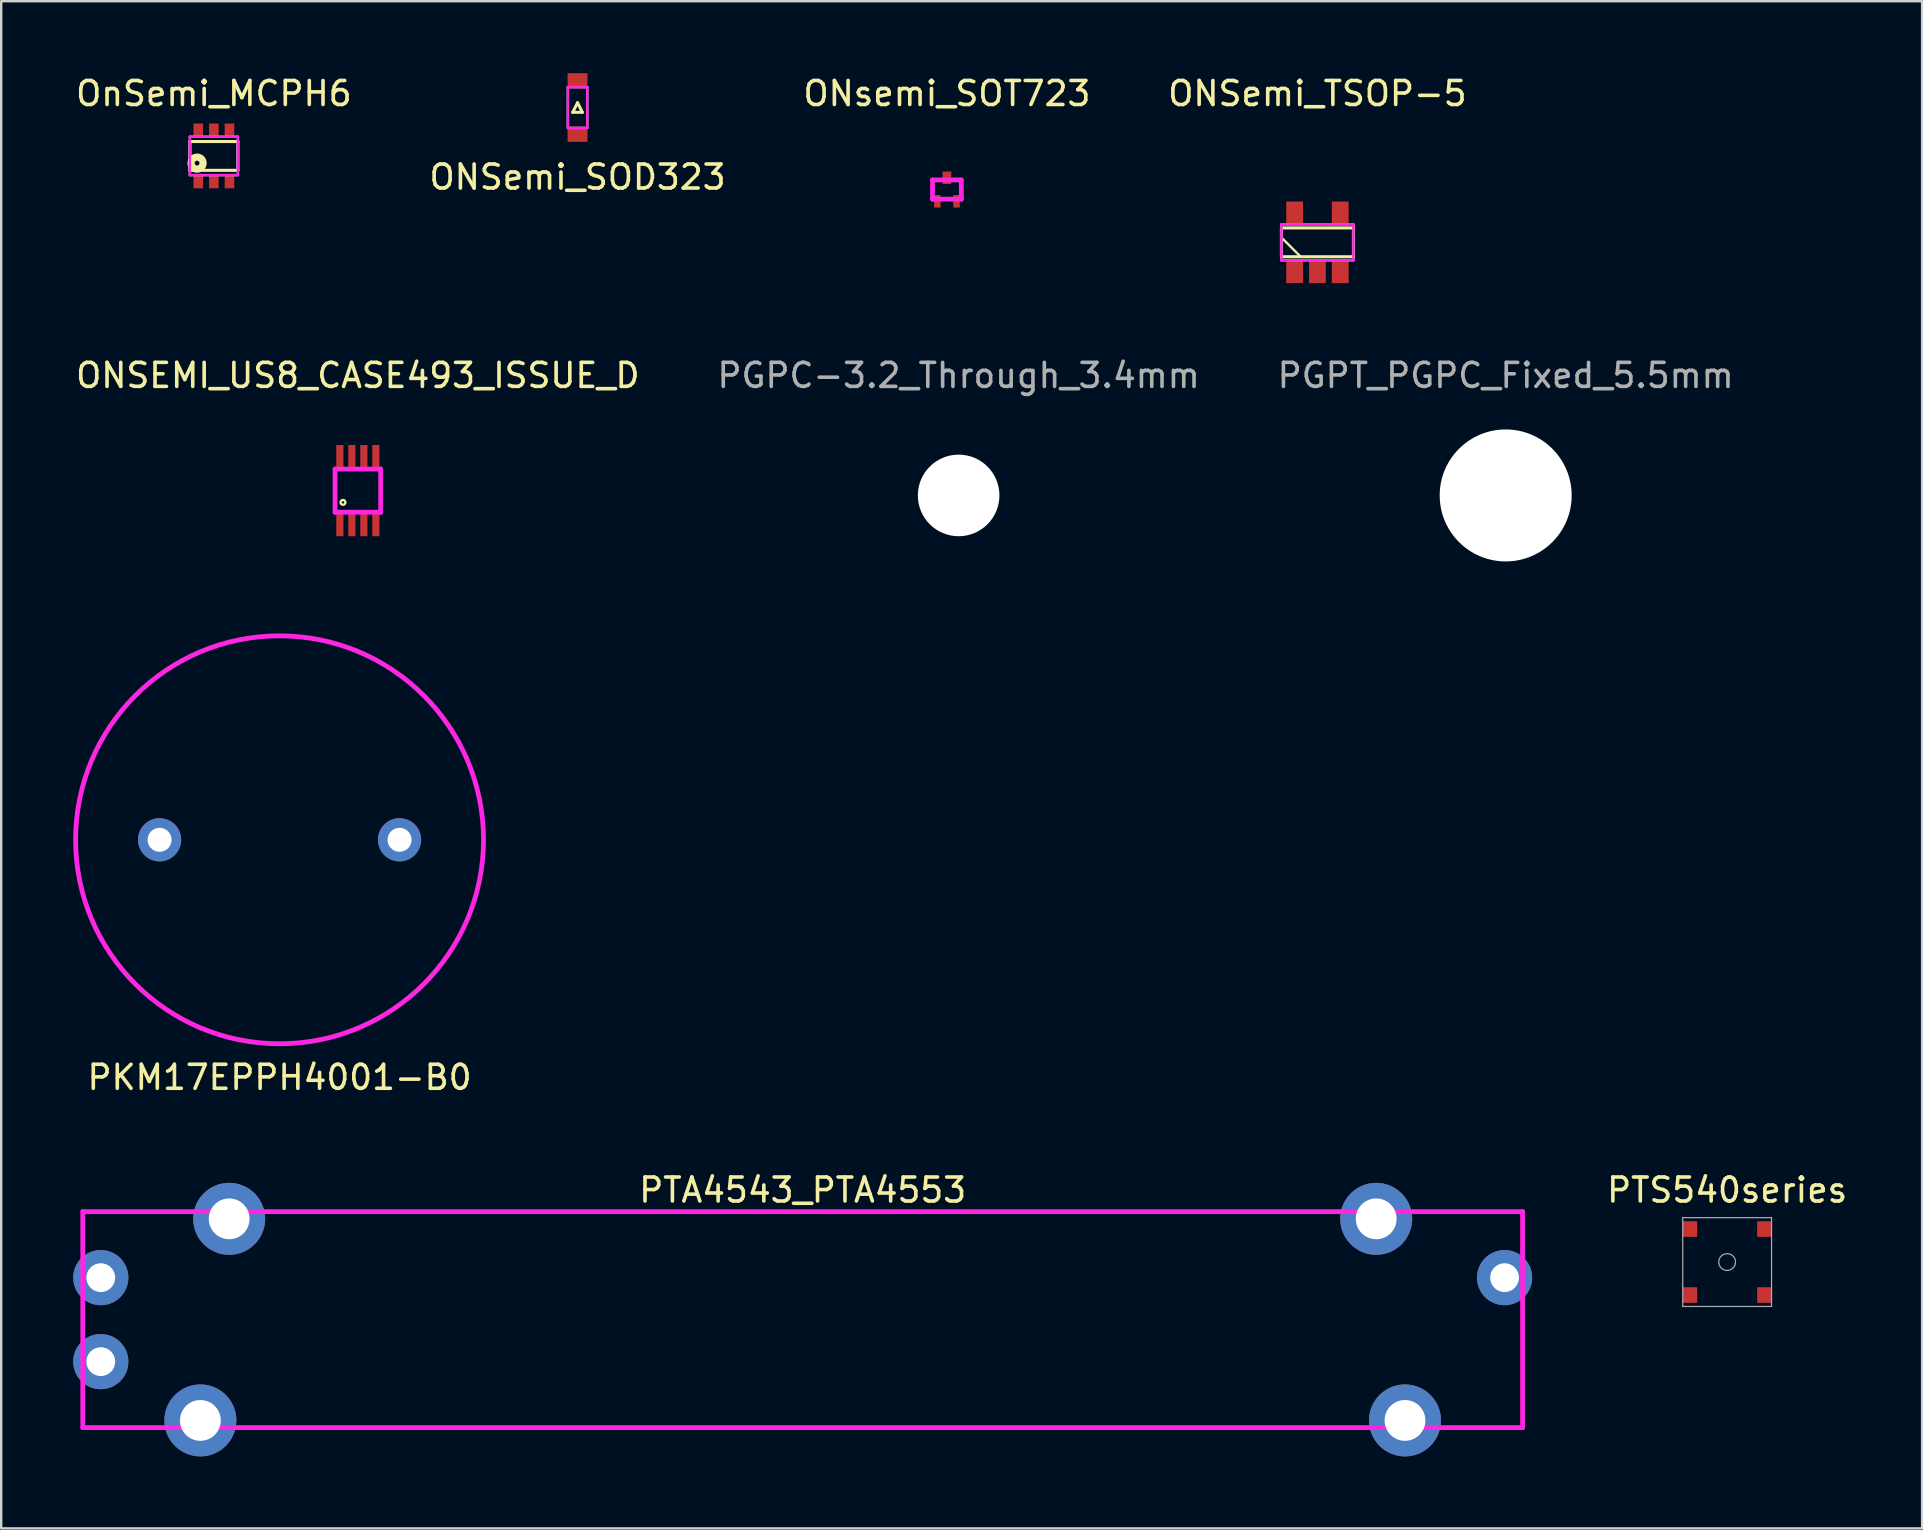
<source format=kicad_pcb>
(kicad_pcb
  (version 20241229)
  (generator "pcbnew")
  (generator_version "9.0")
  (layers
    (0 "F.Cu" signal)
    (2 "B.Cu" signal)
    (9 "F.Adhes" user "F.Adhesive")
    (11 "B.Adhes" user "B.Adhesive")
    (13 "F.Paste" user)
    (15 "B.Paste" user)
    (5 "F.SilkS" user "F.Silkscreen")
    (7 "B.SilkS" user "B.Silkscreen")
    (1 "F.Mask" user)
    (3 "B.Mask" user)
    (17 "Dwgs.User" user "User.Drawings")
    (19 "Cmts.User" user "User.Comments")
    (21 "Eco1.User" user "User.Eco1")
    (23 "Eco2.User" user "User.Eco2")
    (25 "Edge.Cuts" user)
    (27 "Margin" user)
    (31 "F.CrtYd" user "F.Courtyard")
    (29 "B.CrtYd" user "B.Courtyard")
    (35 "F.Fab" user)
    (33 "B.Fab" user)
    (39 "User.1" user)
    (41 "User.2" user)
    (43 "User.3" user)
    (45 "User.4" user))
  (footprint "ONSEMI_US8_CASE493_ISSUE_D"
    (layer "F.Cu")
    (at 11.863 17.396)
    (property "Reference" "ONSEMI_US8_CASE493_ISSUE_D" (at 0 -4.8 0) (layer "F.SilkS") (effects (font (size 1 1) (thickness 0.15))))
    (attr smd)
    (fp_circle (center -0.62 0.49) (end -0.62 0.39) (stroke (width 0.1) (type solid)) (fill no) (layer "F.SilkS"))
    (fp_line (start -0.95 -0.9) (end 0.95 -0.9) (stroke (width 0.2) (type solid)) (layer "F.CrtYd"))
    (fp_line (start -0.95 0.9) (end -0.95 -0.9) (stroke (width 0.2) (type solid)) (layer "F.CrtYd"))
    (fp_line (start 0.95 0.9) (end -0.95 0.9) (stroke (width 0.2) (type solid)) (layer "F.CrtYd"))
    (fp_line (start 0.95 0.9) (end 0.95 -0.9) (stroke (width 0.2) (type solid)) (layer "F.CrtYd"))
    (fp_line (start -0.95 -0.9) (end -0.95 0.9) (stroke (width 0.1) (type solid)) (layer "F.Fab"))
    (fp_line (start 0.95 -0.9) (end -0.95 -0.9) (stroke (width 0.1) (type solid)) (layer "F.Fab"))
    (fp_line (start 0.95 -0.9) (end 0.95 0.9) (stroke (width 0.1) (type solid)) (layer "F.Fab"))
    (fp_line (start 0.95 0.9) (end -0.95 0.9) (stroke (width 0.1) (type solid)) (layer "F.Fab"))
    (pad "1" smd rect (at -0.75 1.4) (size 0.3 1) (layers "F.Cu" "F.Mask" "F.Paste"))
    (pad "2" smd rect (at -0.25 1.4) (size 0.3 1) (layers "F.Cu" "F.Mask" "F.Paste"))
    (pad "3" smd rect (at 0.25 1.4) (size 0.3 1) (layers "F.Cu" "F.Mask" "F.Paste"))
    (pad "4" smd rect (at 0.75 1.4) (size 0.3 1) (layers "F.Cu" "F.Mask" "F.Paste"))
    (pad "5" smd rect (at 0.75 -1.4) (size 0.3 1) (layers "F.Cu" "F.Mask" "F.Paste"))
    (pad "6" smd rect (at 0.25 -1.4) (size 0.3 1) (layers "F.Cu" "F.Mask" "F.Paste"))
    (pad "7" smd rect (at -0.25 -1.4) (size 0.3 1) (layers "F.Cu" "F.Mask" "F.Paste"))
    (pad "8" smd rect (at -0.75 -1.4) (size 0.3 1) (layers "F.Cu" "F.Mask" "F.Paste")))
  (footprint "PGPC-3.2_Through_3.4mm"
    (layer "F.Cu")
    (at 36.899 17.596)
    (property "Reference" "PGPC-3.2_Through_3.4mm" (at 0 -5 0) (layer "F.Fab") (effects (font (size 1 1) (thickness 0.15))))
    (attr through_hole)
    (pad "" np_thru_hole circle (at 0 0) (size 3.4 3.4) (drill 3.4) (layers "*.Cu" "*.Paste" "*.Mask")))
  (footprint "PGPT_PGPC_Fixed_5.5mm"
    (layer "F.Cu")
    (at 59.696 17.596)
    (property "Reference" "PGPT_PGPC_Fixed_5.5mm" (at 0 -5 0) (layer "F.Fab") (effects (font (size 1 1) (thickness 0.15))))
    (attr through_hole)
    (pad "" np_thru_hole circle (at 0 0) (size 5.5 5.5) (drill 5.5) (layers "*.Cu" "*.Paste" "*.Mask")))
  (footprint "ONsemi_SOT723"
    (layer "F.Cu")
    (at 36.411 4.848)
    (property "Reference" "ONsemi_SOT723" (at 0 -4 0) (layer "F.SilkS") (effects (font (size 1 1) (thickness 0.15))))
    (attr through_hole)
    (fp_line (start -0.6 -0.4) (end 0.6 -0.4) (stroke (width 0.2) (type solid)) (layer "F.CrtYd"))
    (fp_line (start -0.6 0.4) (end -0.6 -0.4) (stroke (width 0.2) (type solid)) (layer "F.CrtYd"))
    (fp_line (start 0.6 -0.4) (end 0.6 0.4) (stroke (width 0.2) (type solid)) (layer "F.CrtYd"))
    (fp_line (start 0.6 0.4) (end -0.6 0.4) (stroke (width 0.2) (type solid)) (layer "F.CrtYd"))
    (pad "1" smd rect (at -0.4 0.49) (size 0.27 0.52) (layers "F.Cu" "F.Mask" "F.Paste"))
    (pad "2" smd rect (at 0.4 0.49) (size 0.27 0.52) (layers "F.Cu" "F.Mask" "F.Paste"))
    (pad "3" smd rect (at 0 -0.49) (size 0.36 0.52) (layers "F.Cu" "F.Mask" "F.Paste")))
  (footprint "OnSemi_MCPH6"
    (layer "F.Cu")
    (at 5.863 3.448)
    (property "Reference" "OnSemi_MCPH6" (at 0 -2.6 0) (layer "F.SilkS") (effects (font (size 1 1) (thickness 0.15))))
    (attr through_hole)
    (fp_line (start -1 -0.6) (end 1 -0.6) (stroke (width 0.127) (type solid)) (layer "F.SilkS"))
    (fp_line (start -1 0.6) (end -1 -0.6) (stroke (width 0.127) (type solid)) (layer "F.SilkS"))
    (fp_line (start 1 -0.6) (end 1 0.6) (stroke (width 0.127) (type solid)) (layer "F.SilkS"))
    (fp_line (start 1 0.6) (end -1 0.6) (stroke (width 0.127) (type solid)) (layer "F.SilkS"))
    (fp_circle (center -0.7 0.3) (end -0.7 0.2) (stroke (width 0.3) (type solid)) (fill no) (layer "F.SilkS"))
    (fp_line (start -1 -0.8) (end 1 -0.8) (stroke (width 0.1) (type solid)) (layer "F.CrtYd"))
    (fp_line (start -1 0.8) (end -1 -0.8) (stroke (width 0.1) (type solid)) (layer "F.CrtYd"))
    (fp_line (start 1 -0.8) (end 1 0.8) (stroke (width 0.1) (type solid)) (layer "F.CrtYd"))
    (fp_line (start 1 0.8) (end -1 0.8) (stroke (width 0.1) (type solid)) (layer "F.CrtYd"))
    (fp_line (start -1 -0.8) (end 1 -0.8) (stroke (width 0.1) (type solid)) (layer "F.Fab"))
    (fp_line (start -1 0.8) (end -1 -0.8) (stroke (width 0.1) (type solid)) (layer "F.Fab"))
    (fp_line (start 1 -0.8) (end 1 0.8) (stroke (width 0.1) (type solid)) (layer "F.Fab"))
    (fp_line (start 1 0.8) (end -1 0.8) (stroke (width 0.1) (type solid)) (layer "F.Fab"))
    (pad "1" smd rect (at -0.65 1.05) (size 0.4 0.6) (layers "F.Cu" "F.Mask" "F.Paste"))
    (pad "2" smd rect (at 0 1.05) (size 0.4 0.6) (layers "F.Cu" "F.Mask" "F.Paste"))
    (pad "3" smd rect (at 0.65 1.05) (size 0.4 0.6) (layers "F.Cu" "F.Mask" "F.Paste"))
    (pad "4" smd rect (at 0.65 -1.05) (size 0.4 0.6) (layers "F.Cu" "F.Mask" "F.Paste"))
    (pad "5" smd rect (at 0 -1.05) (size 0.4 0.6) (layers "F.Cu" "F.Mask" "F.Paste"))
    (pad "6" smd rect (at -0.65 -1.05) (size 0.4 0.6) (layers "F.Cu" "F.Mask" "F.Paste")))
  (footprint "PTS540series"
    (layer "F.Cu")
    (at 68.925 49.543)
    (property "Reference" "PTS540series" (at 0 -3 0) (layer "F.SilkS") (effects (font (size 1 1) (thickness 0.15))))
    (attr through_hole)
    (fp_line (start -1.85 -1.85) (end 1.85 -1.85) (stroke (width 0.05) (type solid)) (layer "F.Fab"))
    (fp_line (start -1.85 1.85) (end -1.85 -1.85) (stroke (width 0.05) (type solid)) (layer "F.Fab"))
    (fp_line (start 1.85 -1.85) (end 1.85 1.85) (stroke (width 0.05) (type solid)) (layer "F.Fab"))
    (fp_line (start 1.85 1.85) (end -1.85 1.85) (stroke (width 0.05) (type solid)) (layer "F.Fab"))
    (fp_circle (center 0 0) (end 0 -0.35) (stroke (width 0.05) (type solid)) (fill no) (layer "F.Fab"))
    (pad "1" smd rect (at -1.55 -1.375) (size 0.6 0.65) (layers "F.Cu" "F.Mask" "F.Paste"))
    (pad "2" smd rect (at 1.55 -1.375) (size 0.6 0.65) (layers "F.Cu" "F.Mask" "F.Paste"))
    (pad "3" smd rect (at -1.55 1.375) (size 0.6 0.65) (layers "F.Cu" "F.Mask" "F.Paste"))
    (pad "4" smd rect (at 1.55 1.375) (size 0.6 0.65) (layers "F.Cu" "F.Mask" "F.Paste")))
  (footprint "PTA4543_PTA4553"
    (layer "F.Cu")
    (at 30.4 51.943)
    (property "Reference" "PTA4543_PTA4553" (at 0 -5.4 0) (layer "F.SilkS") (effects (font (size 1 1) (thickness 0.15))))
    (attr through_hole)
    (fp_line (start -30 -4.5) (end -30 4.5) (stroke (width 0.2) (type solid)) (layer "F.CrtYd"))
    (fp_line (start -30 4.5) (end 30 4.5) (stroke (width 0.2) (type solid)) (layer "F.CrtYd"))
    (fp_line (start 30 -4.5) (end -30 -4.5) (stroke (width 0.2) (type solid)) (layer "F.CrtYd"))
    (fp_line (start 30 4.5) (end 30 -4.5) (stroke (width 0.2) (type solid)) (layer "F.CrtYd"))
    (fp_line (start -30 -4.5) (end -30 4.5) (stroke (width 0.1) (type solid)) (layer "F.Fab"))
    (fp_line (start -30 4.5) (end 30 4.5) (stroke (width 0.1) (type solid)) (layer "F.Fab"))
    (fp_line (start 30 -4.5) (end -30 -4.5) (stroke (width 0.1) (type solid)) (layer "F.Fab"))
    (fp_line (start 30 4.5) (end 30 -4.5) (stroke (width 0.1) (type solid)) (layer "F.Fab"))
    (pad "" thru_hole circle (at -25.1 4.2) (size 3 3) (drill 1.7) (layers "*.Cu" "*.Mask"))
    (pad "" thru_hole circle (at -23.9 -4.2) (size 3 3) (drill 1.7) (layers "*.Cu" "*.Mask"))
    (pad "" thru_hole circle (at 23.9 -4.2) (size 3 3) (drill 1.7) (layers "*.Cu" "*.Mask"))
    (pad "" thru_hole circle (at 25.1 4.2) (size 3 3) (drill 1.7) (layers "*.Cu" "*.Mask"))
    (pad "1" thru_hole circle (at -29.25 -1.75) (size 2.3 2.3) (drill 1.2) (layers "*.Cu" "*.Mask"))
    (pad "2" thru_hole circle (at -29.25 1.75) (size 2.3 2.3) (drill 1.2) (layers "*.Cu" "*.Mask"))
    (pad "3" thru_hole circle (at 29.25 -1.75) (size 2.3 2.3) (drill 1.2) (layers "*.Cu" "*.Mask")))
  (footprint "ONSemi_TSOP-5"
    (layer "F.Cu")
    (at 51.851 7.048)
    (property "Reference" "ONSemi_TSOP-5" (at 0 -6.2 0) (layer "F.SilkS") (effects (font (size 1 1) (thickness 0.15))))
    (attr through_hole)
    (fp_line (start -1.5 -0.6) (end -1.5 0.6) (stroke (width 0.127) (type solid)) (layer "F.SilkS"))
    (fp_line (start -1.5 -0.6) (end 1.5 -0.6) (stroke (width 0.127) (type solid)) (layer "F.SilkS"))
    (fp_line (start -1.5 0.6) (end 1.5 0.6) (stroke (width 0.127) (type solid)) (layer "F.SilkS"))
    (fp_line (start -0.7 0.6) (end -1.5 -0.2) (stroke (width 0.1) (type solid)) (layer "F.SilkS"))
    (fp_line (start 1.5 0.6) (end 1.5 -0.6) (stroke (width 0.127) (type solid)) (layer "F.SilkS"))
    (fp_line (start -1.5 -0.75) (end -1.5 0.75) (stroke (width 0.1) (type solid)) (layer "F.CrtYd"))
    (fp_line (start -1.5 0.75) (end 1.5 0.75) (stroke (width 0.1) (type solid)) (layer "F.CrtYd"))
    (fp_line (start 1.5 -0.75) (end -1.5 -0.75) (stroke (width 0.1) (type solid)) (layer "F.CrtYd"))
    (fp_line (start 1.5 0.75) (end 1.5 -0.75) (stroke (width 0.1) (type solid)) (layer "F.CrtYd"))
    (fp_line (start -1.5 -0.75) (end -1.5 0.75) (stroke (width 0.1) (type solid)) (layer "F.Fab"))
    (fp_line (start -1.5 0.75) (end 1.5 0.75) (stroke (width 0.1) (type solid)) (layer "F.Fab"))
    (fp_line (start 1.5 -0.75) (end -1.5 -0.75) (stroke (width 0.1) (type solid)) (layer "F.Fab"))
    (fp_line (start 1.5 0.75) (end 1.5 -0.75) (stroke (width 0.1) (type solid)) (layer "F.Fab"))
    (pad "1" smd rect (at -0.95 1.2) (size 0.7 1) (layers "F.Cu" "F.Mask" "F.Paste"))
    (pad "2" smd rect (at 0 1.2) (size 0.7 1) (layers "F.Cu" "F.Mask" "F.Paste"))
    (pad "3" smd rect (at 0.95 1.2) (size 0.7 1) (layers "F.Cu" "F.Mask" "F.Paste"))
    (pad "4" smd rect (at 0.95 -1.2) (size 0.7 1) (layers "F.Cu" "F.Mask" "F.Paste"))
    (pad "5" smd rect (at -0.95 -1.2) (size 0.7 1) (layers "F.Cu" "F.Mask" "F.Paste")))
  (footprint "ONSemi_SOD323"
    (layer "F.Cu")
    (at 21.018 1.43)
    (property "Reference" "ONSemi_SOD323" (at 0 2.9 0) (layer "F.SilkS") (effects (font (size 1 1) (thickness 0.15))))
    (attr smd)
    (fp_line (start -0.2 0.2) (end 0.2 0.2) (stroke (width 0.127) (type solid)) (layer "F.SilkS"))
    (fp_line (start 0 -0.2) (end -0.2 0.2) (stroke (width 0.127) (type solid)) (layer "F.SilkS"))
    (fp_line (start 0.2 0.2) (end 0 -0.2) (stroke (width 0.127) (type solid)) (layer "F.SilkS"))
    (fp_line (start -0.405 -0.85) (end 0.405 -0.85) (stroke (width 0.1) (type solid)) (layer "F.CrtYd"))
    (fp_line (start -0.405 0.85) (end -0.405 -0.85) (stroke (width 0.1) (type solid)) (layer "F.CrtYd"))
    (fp_line (start 0.4 0.85) (end -0.4 0.85) (stroke (width 0.1) (type solid)) (layer "F.CrtYd"))
    (fp_line (start 0.405 -0.85) (end 0.405 0.85) (stroke (width 0.1) (type solid)) (layer "F.CrtYd"))
    (fp_line (start -0.405 -0.85) (end -0.405 0.85) (stroke (width 0.1) (type solid)) (layer "F.Fab"))
    (fp_line (start -0.405 0.85) (end 0.405 0.85) (stroke (width 0.1) (type solid)) (layer "F.Fab"))
    (fp_line (start 0.405 -0.85) (end -0.405 -0.85) (stroke (width 0.1) (type solid)) (layer "F.Fab"))
    (fp_line (start 0.405 0.85) (end 0.405 -0.85) (stroke (width 0.1) (type solid)) (layer "F.Fab"))
    (pad "1" smd rect (at 0 -1.115) (size 0.83 0.63) (layers "F.Cu" "F.Mask" "F.Paste"))
    (pad "2" smd rect (at 0 1.115) (size 0.83 0.63) (layers "F.Cu" "F.Mask" "F.Paste")))
  (footprint "PKM17EPPH4001-B0"
    (layer "F.Cu")
    (at 8.6 31.947)
    (property "Reference" "PKM17EPPH4001-B0" (at 0 9.9 0) (layer "F.SilkS") (effects (font (size 1 1) (thickness 0.15))))
    (attr through_hole)
    (fp_circle (center 0 0) (end 8.5 0) (stroke (width 0.2) (type solid)) (fill no) (layer "F.CrtYd"))
    (pad "1" thru_hole circle (at 5 0) (size 1.8 1.8) (drill 1) (layers "*.Cu" "*.Mask"))
    (pad "2" thru_hole circle (at -5 0) (size 1.8 1.8) (drill 1) (layers "*.Cu" "*.Mask")))
  (gr_rect
    (start -3 -3)
    (end 77.05 60.643)
    (stroke (width 0.1) (type default))
    (fill no)
    (layer "Edge.Cuts")))
</source>
